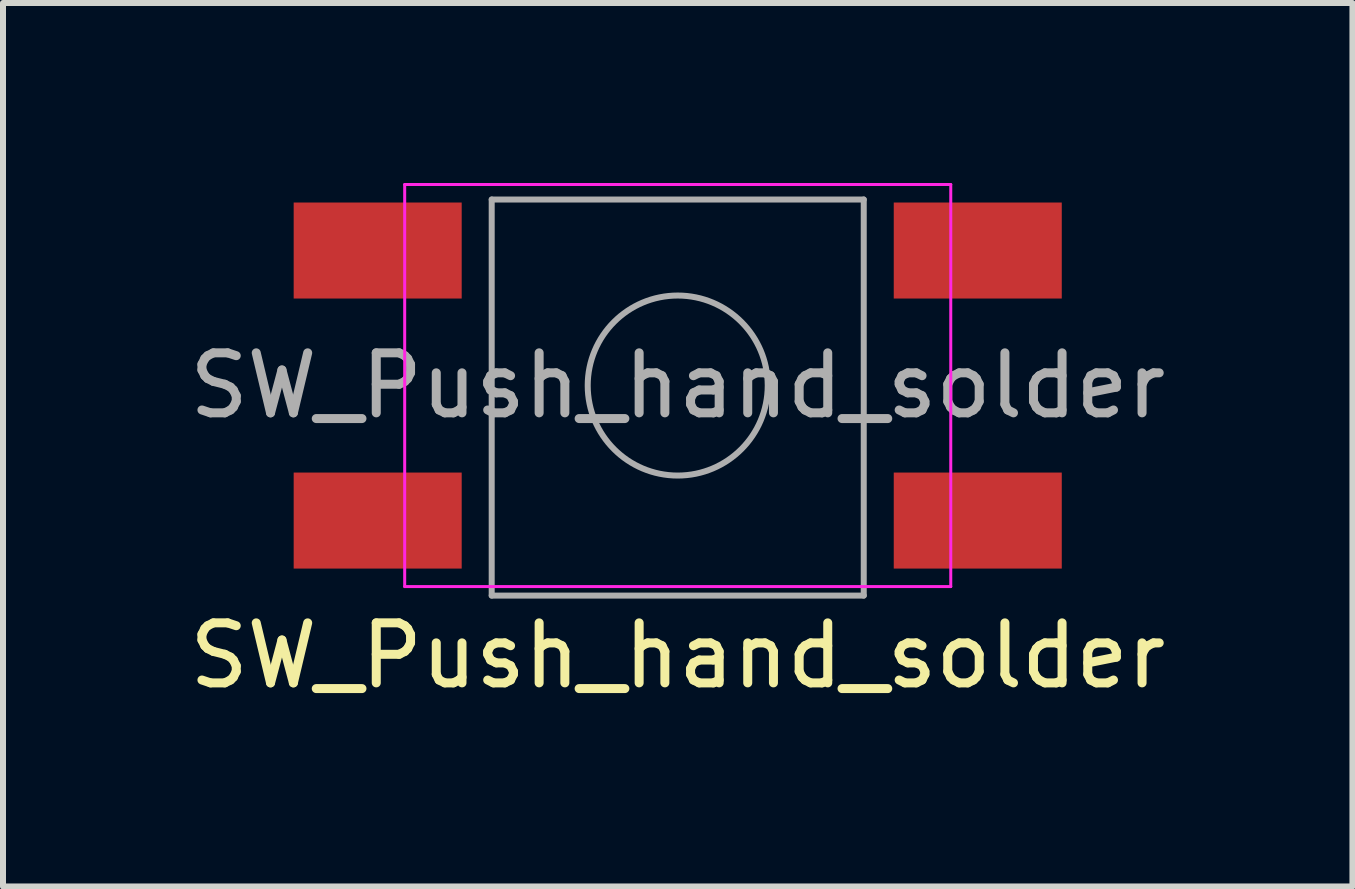
<source format=kicad_pcb>
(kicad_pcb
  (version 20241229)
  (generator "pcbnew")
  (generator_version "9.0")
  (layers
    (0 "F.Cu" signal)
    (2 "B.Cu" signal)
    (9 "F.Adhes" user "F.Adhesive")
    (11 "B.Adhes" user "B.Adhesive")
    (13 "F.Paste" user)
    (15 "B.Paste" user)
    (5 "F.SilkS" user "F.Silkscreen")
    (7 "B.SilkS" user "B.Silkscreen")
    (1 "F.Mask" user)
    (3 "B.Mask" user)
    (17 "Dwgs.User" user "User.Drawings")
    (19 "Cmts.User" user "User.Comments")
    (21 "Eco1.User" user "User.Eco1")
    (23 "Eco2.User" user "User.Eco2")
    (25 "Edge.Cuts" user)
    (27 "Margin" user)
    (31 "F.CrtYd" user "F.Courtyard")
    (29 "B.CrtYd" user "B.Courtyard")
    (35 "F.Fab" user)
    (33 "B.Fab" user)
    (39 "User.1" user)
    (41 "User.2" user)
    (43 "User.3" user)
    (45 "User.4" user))
  (footprint "SW_Push_hand_solder"
    (layer "F.Cu")
    (at 8.244 3.375)
    (property "Reference" "SW_Push_hand_solder" (at 0 4.5 0) (layer "F.SilkS") (effects (font (size 1 1) (thickness 0.15))))
    (attr smd)
    (fp_line (start -4.55 -3.35) (end 4.55 -3.35) (stroke (width 0.05) (type solid)) (layer "F.CrtYd"))
    (fp_line (start -4.55 3.35) (end -4.55 -3.35) (stroke (width 0.05) (type solid)) (layer "F.CrtYd"))
    (fp_line (start 4.55 -3.35) (end 4.55 3.35) (stroke (width 0.05) (type solid)) (layer "F.CrtYd"))
    (fp_line (start 4.55 3.35) (end -4.55 3.35) (stroke (width 0.05) (type solid)) (layer "F.CrtYd"))
    (fp_line (start -3.1 -3.1) (end 3.1 -3.1) (stroke (width 0.1) (type solid)) (layer "F.Fab"))
    (fp_line (start -3.1 3.5) (end -3.1 -3.1) (stroke (width 0.1) (type solid)) (layer "F.Fab"))
    (fp_line (start 3.1 -3.1) (end 3.1 3.5) (stroke (width 0.1) (type solid)) (layer "F.Fab"))
    (fp_line (start 3.1 3.5) (end -3.1 3.5) (stroke (width 0.1) (type solid)) (layer "F.Fab"))
    (fp_circle (center 0 0) (end 1.5 0) (stroke (width 0.1) (type solid)) (fill no) (layer "F.Fab"))
    (fp_text user "${REFERENCE}" (at 0 0 0) (layer "F.Fab") (effects (font (size 1 1) (thickness 0.15))))
    (pad "1" smd rect (at -5 -2.25) (size 2.8 1.6) (layers "F.Cu" "F.Mask" "F.Paste"))
    (pad "1" smd rect (at 5 -2.25) (size 2.8 1.6) (layers "F.Cu" "F.Mask" "F.Paste"))
    (pad "2" smd rect (at -5 2.25) (size 2.8 1.6) (layers "F.Cu" "F.Mask" "F.Paste"))
    (pad "2" smd rect (at 5 2.25) (size 2.8 1.6) (layers "F.Cu" "F.Mask" "F.Paste")))
  (gr_rect
    (start -3 -3)
    (end 19.488 11.723)
    (stroke (width 0.1) (type default))
    (fill no)
    (layer "Edge.Cuts")))
</source>
